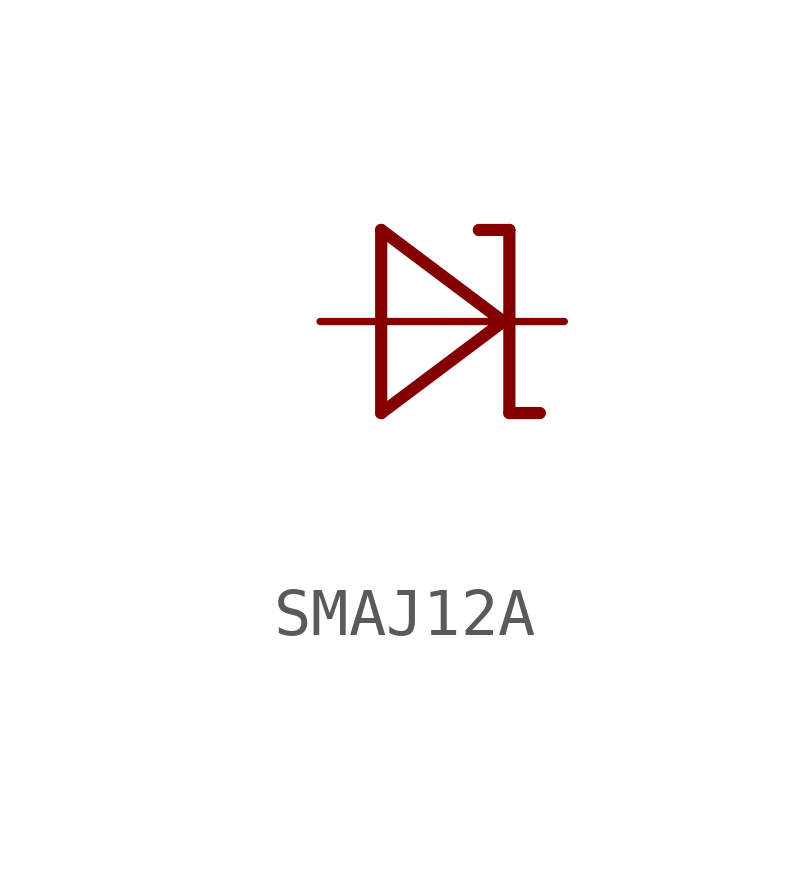
<source format=kicad_sym>
(kicad_symbol_lib
  (version 20220914)
  (generator kicad_symbol_editor)
  (symbol "SMAJ12A"
    (property "Reference" ""
      (at -2.946 2.642 0)
      (effects (font (size 1.778 1.511)) (justify left bottom) hide))
    (property "Value" ""
      (at -4.47 -4.496 0)
      (effects (font (size 1.778 1.511)) (justify left bottom)))
    (property "ki_locked" ""
      (at 0 0 0)
      (effects (font (size 1.27 1.27))))
    (symbol "SMAJ12A_1_0"
      (polyline (pts (xy -1.27 -1.905) (xy 1.27 0)) (stroke (width 0.254) (type solid)) (fill (type none)))
      (polyline (pts (xy -1.27 1.905) (xy -1.27 -1.905)) (stroke (width 0.254) (type solid)) (fill (type none)))
      (polyline (pts (xy 1.27 0) (xy -1.27 1.905)) (stroke (width 0.254) (type solid)) (fill (type none)))
      (polyline (pts (xy 1.397 -1.905) (xy 2.032 -1.905)) (stroke (width 0.254) (type solid)) (fill (type none)))
      (polyline (pts (xy 1.397 1.905) (xy 0.762 1.905)) (stroke (width 0.254) (type solid)) (fill (type none)))
      (polyline (pts (xy 1.397 1.905) (xy 1.397 -1.905)) (stroke (width 0.254) (type solid)) (fill (type none)))
      (pin passive line (at -2.54 0 0) (length 2.54) (name "A" (effects (font (size 0 0)))) (number "A" (effects (font (size 0 0)))))
      (pin passive line (at 2.54 0 180) (length 2.54) (name "C" (effects (font (size 0 0)))) (number "K" (effects (font (size 0 0))))))))
</source>
